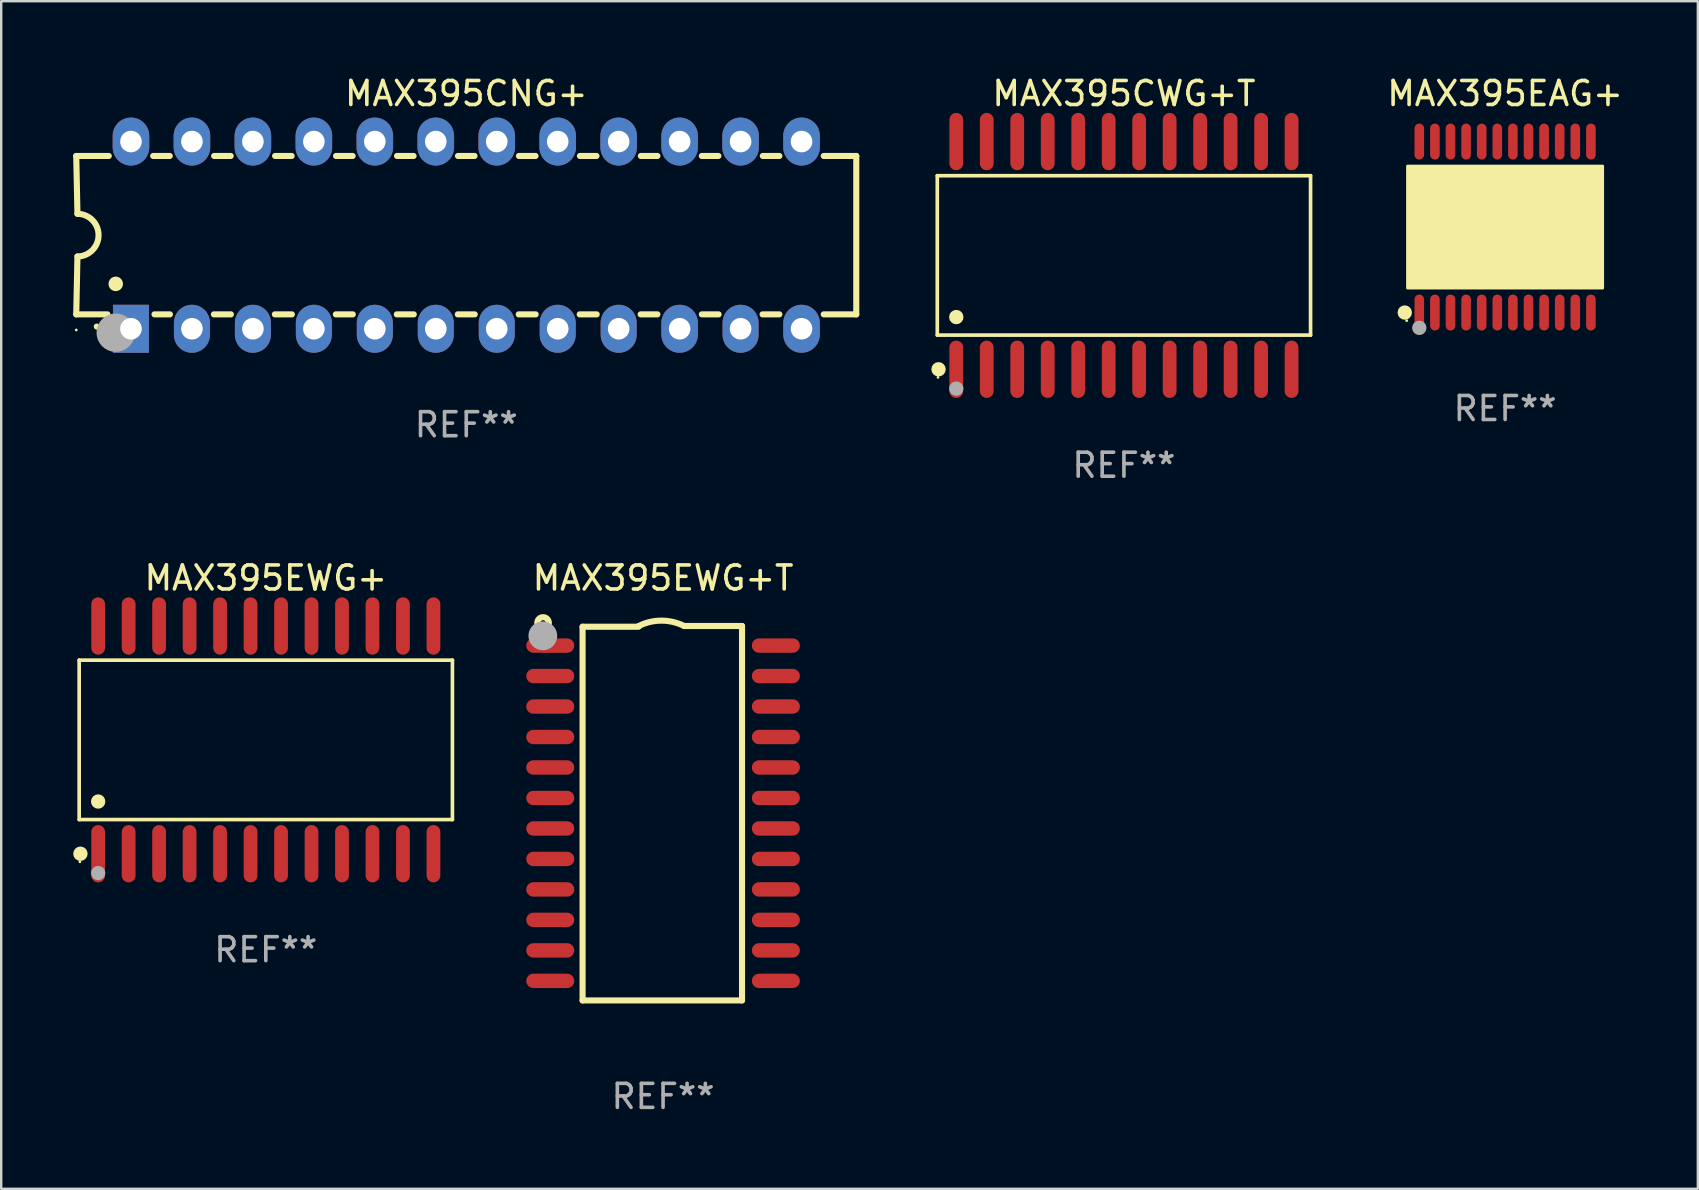
<source format=kicad_pcb>
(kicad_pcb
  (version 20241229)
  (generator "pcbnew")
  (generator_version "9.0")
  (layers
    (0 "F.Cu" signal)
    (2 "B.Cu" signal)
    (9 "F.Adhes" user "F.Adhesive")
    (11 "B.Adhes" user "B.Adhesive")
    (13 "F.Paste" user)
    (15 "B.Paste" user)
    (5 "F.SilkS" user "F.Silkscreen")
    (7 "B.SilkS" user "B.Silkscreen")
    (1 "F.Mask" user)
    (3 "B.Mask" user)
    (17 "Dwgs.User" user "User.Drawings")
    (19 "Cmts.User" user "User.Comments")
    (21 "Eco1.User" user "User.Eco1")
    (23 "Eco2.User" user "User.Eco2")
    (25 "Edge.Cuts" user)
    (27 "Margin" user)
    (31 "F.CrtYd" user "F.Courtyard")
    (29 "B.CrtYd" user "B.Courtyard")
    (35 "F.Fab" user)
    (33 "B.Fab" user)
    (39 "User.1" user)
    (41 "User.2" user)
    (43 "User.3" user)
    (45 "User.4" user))
  (footprint "MAX395EWG+T"
    (layer "F.Cu")
    (at 24.577 30.833)
    (property "Reference" "MAX395EWG+T" (at 0 -9.8 0) (layer "F.SilkS") (effects (font (size 1 1) (thickness 0.15))))
    (attr through_hole)
    (fp_line (start -3.353 -7.77) (end -1.016 -7.77) (stroke (width 0.254) (type solid)) (layer "F.SilkS"))
    (fp_line (start -3.353 7.8) (end -3.353 -7.77) (stroke (width 0.254) (type solid)) (layer "F.SilkS"))
    (fp_line (start 0.881 -7.8) (end 3.29 -7.8) (stroke (width 0.254) (type solid)) (layer "F.SilkS"))
    (fp_line (start 3.29 -7.8) (end 3.29 7.8) (stroke (width 0.254) (type solid)) (layer "F.SilkS"))
    (fp_line (start 3.29 7.8) (end -3.353 7.8) (stroke (width 0.254) (type solid)) (layer "F.SilkS"))
    (fp_arc (start -1.015951 -7.800025) (mid -0.067691 -8.023879) (end 0.880569 -7.800025) (stroke (width 0.254001) (type solid)) (layer "F.SilkS"))
    (fp_circle (center -5 -7.927) (end -4.886 -7.927) (stroke (width 0.254) (type solid)) (fill no) (layer "F.SilkS"))
    (fp_circle (center -5.01 -7.39) (end -4.71 -7.39) (stroke (width 0.6) (type solid)) (fill no) (layer "F.Fab"))
    (fp_text user "REF**" (at 0 11.8 0) (layer "F.Fab") (effects (font (size 1 1) (thickness 0.15))))
    (pad "1" smd oval (at -4.7 -6.985 270) (size 0.6 2) (layers "F.Cu" "F.Mask" "F.Paste"))
    (pad "2" smd oval (at -4.7 -5.715 270) (size 0.6 2) (layers "F.Cu" "F.Mask" "F.Paste"))
    (pad "3" smd oval (at -4.7 -4.445 270) (size 0.6 2) (layers "F.Cu" "F.Mask" "F.Paste"))
    (pad "4" smd oval (at -4.7 -3.175 270) (size 0.6 2) (layers "F.Cu" "F.Mask" "F.Paste"))
    (pad "5" smd oval (at -4.7 -1.905 270) (size 0.6 2) (layers "F.Cu" "F.Mask" "F.Paste"))
    (pad "6" smd oval (at -4.7 -0.635 270) (size 0.6 2) (layers "F.Cu" "F.Mask" "F.Paste"))
    (pad "7" smd oval (at -4.7 0.635 270) (size 0.6 2) (layers "F.Cu" "F.Mask" "F.Paste"))
    (pad "8" smd oval (at -4.7 1.905 270) (size 0.6 2) (layers "F.Cu" "F.Mask" "F.Paste"))
    (pad "9" smd oval (at -4.7 3.175 270) (size 0.6 2) (layers "F.Cu" "F.Mask" "F.Paste"))
    (pad "10" smd oval (at -4.7 4.445 270) (size 0.6 2) (layers "F.Cu" "F.Mask" "F.Paste"))
    (pad "11" smd oval (at -4.7 5.715 270) (size 0.6 2) (layers "F.Cu" "F.Mask" "F.Paste"))
    (pad "12" smd oval (at -4.7 6.985 270) (size 0.6 2) (layers "F.Cu" "F.Mask" "F.Paste"))
    (pad "13" smd oval (at 4.7 6.985 270) (size 0.6 2) (layers "F.Cu" "F.Mask" "F.Paste"))
    (pad "14" smd oval (at 4.7 5.715 270) (size 0.6 2) (layers "F.Cu" "F.Mask" "F.Paste"))
    (pad "15" smd oval (at 4.7 4.445 270) (size 0.6 2) (layers "F.Cu" "F.Mask" "F.Paste"))
    (pad "16" smd oval (at 4.7 3.175 270) (size 0.6 2) (layers "F.Cu" "F.Mask" "F.Paste"))
    (pad "17" smd oval (at 4.7 1.905 270) (size 0.6 2) (layers "F.Cu" "F.Mask" "F.Paste"))
    (pad "18" smd oval (at 4.7 0.635 270) (size 0.6 2) (layers "F.Cu" "F.Mask" "F.Paste"))
    (pad "19" smd oval (at 4.7 -0.635 270) (size 0.6 2) (layers "F.Cu" "F.Mask" "F.Paste"))
    (pad "20" smd oval (at 4.7 -1.905 270) (size 0.6 2) (layers "F.Cu" "F.Mask" "F.Paste"))
    (pad "21" smd oval (at 4.7 -3.175 270) (size 0.6 2) (layers "F.Cu" "F.Mask" "F.Paste"))
    (pad "22" smd oval (at 4.7 -4.445 270) (size 0.6 2) (layers "F.Cu" "F.Mask" "F.Paste"))
    (pad "23" smd oval (at 4.7 -5.715 270) (size 0.6 2) (layers "F.Cu" "F.Mask" "F.Paste"))
    (pad "24" smd oval (at 4.7 -6.985 270) (size 0.6 2) (layers "F.Cu" "F.Mask" "F.Paste")))
  (footprint "MAX395CWG+T"
    (layer "F.Cu")
    (at 43.779 7.592)
    (property "Reference" "MAX395CWG+T" (at 0 -6.744 0) (layer "F.SilkS") (effects (font (size 1 1) (thickness 0.15))))
    (attr through_hole)
    (fp_line (start -7.776 -3.321) (end 7.776 -3.321) (stroke (width 0.152) (type solid)) (layer "F.SilkS"))
    (fp_line (start -7.776 3.321) (end -7.776 -3.321) (stroke (width 0.152) (type solid)) (layer "F.SilkS"))
    (fp_line (start 7.776 -3.321) (end 7.776 3.321) (stroke (width 0.152) (type solid)) (layer "F.SilkS"))
    (fp_line (start 7.776 3.321) (end -7.776 3.321) (stroke (width 0.152) (type solid)) (layer "F.SilkS"))
    (fp_circle (center -7.747 5.08) (end -7.717 5.08) (stroke (width 0.06) (type solid)) (fill no) (layer "F.SilkS"))
    (fp_circle (center -7.724 4.744) (end -7.574 4.744) (stroke (width 0.3) (type solid)) (fill no) (layer "F.SilkS"))
    (fp_circle (center -6.985 2.569) (end -6.835 2.569) (stroke (width 0.3) (type solid)) (fill no) (layer "F.SilkS"))
    (fp_circle (center -6.985 5.55) (end -6.835 5.55) (stroke (width 0.3) (type solid)) (fill no) (layer "F.Fab"))
    (fp_text user "REF**" (at 0 8.744 0) (layer "F.Fab") (effects (font (size 1 1) (thickness 0.15))))
    (pad "1" smd oval (at -6.985 4.744) (size 0.574 2.388) (layers "F.Cu" "F.Mask" "F.Paste"))
    (pad "2" smd oval (at -5.715 4.744) (size 0.574 2.388) (layers "F.Cu" "F.Mask" "F.Paste"))
    (pad "3" smd oval (at -4.445 4.744) (size 0.574 2.388) (layers "F.Cu" "F.Mask" "F.Paste"))
    (pad "4" smd oval (at -3.175 4.744) (size 0.574 2.388) (layers "F.Cu" "F.Mask" "F.Paste"))
    (pad "5" smd oval (at -1.905 4.744) (size 0.574 2.388) (layers "F.Cu" "F.Mask" "F.Paste"))
    (pad "6" smd oval (at -0.635 4.744) (size 0.574 2.388) (layers "F.Cu" "F.Mask" "F.Paste"))
    (pad "7" smd oval (at 0.635 4.744) (size 0.574 2.388) (layers "F.Cu" "F.Mask" "F.Paste"))
    (pad "8" smd oval (at 1.905 4.744) (size 0.574 2.388) (layers "F.Cu" "F.Mask" "F.Paste"))
    (pad "9" smd oval (at 3.175 4.744) (size 0.574 2.388) (layers "F.Cu" "F.Mask" "F.Paste"))
    (pad "10" smd oval (at 4.445 4.744) (size 0.574 2.388) (layers "F.Cu" "F.Mask" "F.Paste"))
    (pad "11" smd oval (at 5.715 4.744) (size 0.574 2.388) (layers "F.Cu" "F.Mask" "F.Paste"))
    (pad "12" smd oval (at 6.985 4.744) (size 0.574 2.388) (layers "F.Cu" "F.Mask" "F.Paste"))
    (pad "13" smd oval (at 6.985 -4.744) (size 0.574 2.388) (layers "F.Cu" "F.Mask" "F.Paste"))
    (pad "14" smd oval (at 5.715 -4.744) (size 0.574 2.388) (layers "F.Cu" "F.Mask" "F.Paste"))
    (pad "15" smd oval (at 4.445 -4.744) (size 0.574 2.388) (layers "F.Cu" "F.Mask" "F.Paste"))
    (pad "16" smd oval (at 3.175 -4.744) (size 0.574 2.388) (layers "F.Cu" "F.Mask" "F.Paste"))
    (pad "17" smd oval (at 1.905 -4.744) (size 0.574 2.388) (layers "F.Cu" "F.Mask" "F.Paste"))
    (pad "18" smd oval (at 0.635 -4.744) (size 0.574 2.388) (layers "F.Cu" "F.Mask" "F.Paste"))
    (pad "19" smd oval (at -0.635 -4.744) (size 0.574 2.388) (layers "F.Cu" "F.Mask" "F.Paste"))
    (pad "20" smd oval (at -1.905 -4.744) (size 0.574 2.388) (layers "F.Cu" "F.Mask" "F.Paste"))
    (pad "21" smd oval (at -3.175 -4.744) (size 0.574 2.388) (layers "F.Cu" "F.Mask" "F.Paste"))
    (pad "22" smd oval (at -4.445 -4.744) (size 0.574 2.388) (layers "F.Cu" "F.Mask" "F.Paste"))
    (pad "23" smd oval (at -5.715 -4.744) (size 0.574 2.388) (layers "F.Cu" "F.Mask" "F.Paste"))
    (pad "24" smd oval (at -6.985 -4.744) (size 0.574 2.388) (layers "F.Cu" "F.Mask" "F.Paste")))
  (footprint "MAX395CNG+"
    (layer "F.Cu")
    (at 16.377 6.748)
    (property "Reference" "MAX395CNG+" (at 0 -5.9 0) (layer "F.SilkS") (effects (font (size 1 1) (thickness 0.15))))
    (attr through_hole)
    (fp_line (start -16.25 -3.3) (end -16.2 -0.889) (stroke (width 0.254) (type solid)) (layer "F.SilkS"))
    (fp_line (start -16.25 -3.3) (end -14.895 -3.3) (stroke (width 0.254) (type solid)) (layer "F.SilkS"))
    (fp_line (start -16.25 3.3) (end -16.2 0.889) (stroke (width 0.254) (type solid)) (layer "F.SilkS"))
    (fp_line (start -16.25 3.3) (end -14.951 3.3) (stroke (width 0.254) (type solid)) (layer "F.SilkS"))
    (fp_line (start -13.045 -3.3) (end -12.355 -3.3) (stroke (width 0.254) (type solid)) (layer "F.SilkS"))
    (fp_line (start -12.989 3.3) (end -12.347 3.3) (stroke (width 0.254) (type solid)) (layer "F.SilkS"))
    (fp_line (start -10.514 3.3) (end -9.807 3.3) (stroke (width 0.254) (type solid)) (layer "F.SilkS"))
    (fp_line (start -10.505 -3.3) (end -9.815 -3.3) (stroke (width 0.254) (type solid)) (layer "F.SilkS"))
    (fp_line (start -7.974 3.3) (end -7.267 3.3) (stroke (width 0.254) (type solid)) (layer "F.SilkS"))
    (fp_line (start -7.965 -3.3) (end -7.275 -3.3) (stroke (width 0.254) (type solid)) (layer "F.SilkS"))
    (fp_line (start -5.434 3.3) (end -4.727 3.3) (stroke (width 0.254) (type solid)) (layer "F.SilkS"))
    (fp_line (start -5.425 -3.3) (end -4.735 -3.3) (stroke (width 0.254) (type solid)) (layer "F.SilkS"))
    (fp_line (start -2.894 3.3) (end -2.187 3.3) (stroke (width 0.254) (type solid)) (layer "F.SilkS"))
    (fp_line (start -2.885 -3.3) (end -2.195 -3.3) (stroke (width 0.254) (type solid)) (layer "F.SilkS"))
    (fp_line (start -0.354 3.3) (end 0.353 3.3) (stroke (width 0.254) (type solid)) (layer "F.SilkS"))
    (fp_line (start -0.345 -3.3) (end 0.345 -3.3) (stroke (width 0.254) (type solid)) (layer "F.SilkS"))
    (fp_line (start 2.186 3.3) (end 2.893 3.3) (stroke (width 0.254) (type solid)) (layer "F.SilkS"))
    (fp_line (start 2.195 -3.3) (end 2.885 -3.3) (stroke (width 0.254) (type solid)) (layer "F.SilkS"))
    (fp_line (start 4.726 3.3) (end 5.434 3.3) (stroke (width 0.254) (type solid)) (layer "F.SilkS"))
    (fp_line (start 4.735 -3.3) (end 5.425 -3.3) (stroke (width 0.254) (type solid)) (layer "F.SilkS"))
    (fp_line (start 7.266 3.3) (end 7.965 3.3) (stroke (width 0.254) (type solid)) (layer "F.SilkS"))
    (fp_line (start 7.275 -3.3) (end 7.965 -3.3) (stroke (width 0.254) (type solid)) (layer "F.SilkS"))
    (fp_line (start 9.815 -3.3) (end 10.505 -3.3) (stroke (width 0.254) (type solid)) (layer "F.SilkS"))
    (fp_line (start 9.815 3.3) (end 10.514 3.3) (stroke (width 0.254) (type solid)) (layer "F.SilkS"))
    (fp_line (start 12.346 3.3) (end 13.045 3.3) (stroke (width 0.254) (type solid)) (layer "F.SilkS"))
    (fp_line (start 12.355 -3.3) (end 13.045 -3.3) (stroke (width 0.254) (type solid)) (layer "F.SilkS"))
    (fp_line (start 16.25 -3.3) (end 14.895 -3.3) (stroke (width 0.254) (type solid)) (layer "F.SilkS"))
    (fp_line (start 16.25 -3.3) (end 16.25 3.3) (stroke (width 0.254) (type solid)) (layer "F.SilkS"))
    (fp_line (start 16.25 3.3) (end 14.895 3.3) (stroke (width 0.254) (type solid)) (layer "F.SilkS"))
    (fp_arc (start -16.201016 -0.890146) (mid -15.311429 -0.001055) (end -16.200025 0.889027) (stroke (width 0.254001) (type solid)) (layer "F.SilkS"))
    (fp_arc (start -15.394971 3.810033) (mid -15.394978 3.808763) (end -15.394971 3.807493) (stroke (width 0.25) (type solid)) (layer "F.SilkS"))
    (fp_arc (start -14.605029 2.032029) (mid -14.60504 2.029489) (end -14.605029 2.026949) (stroke (width 0.6) (type solid)) (layer "F.SilkS"))
    (fp_circle (center -16.25 3.95) (end -16.22 3.95) (stroke (width 0.06) (type solid)) (fill no) (layer "F.SilkS"))
    (fp_circle (center -14.605 4.064) (end -14.205 4.064) (stroke (width 0.8) (type solid)) (fill no) (layer "F.Fab"))
    (fp_text user "REF**" (at 0 7.9 0) (layer "F.Fab") (effects (font (size 1 1) (thickness 0.15))))
    (pad "1" thru_hole rect (at -13.97 3.9 90) (size 2 1.5) (drill 0.9) (layers "*.Cu" "*.Mask"))
    (pad "2" thru_hole oval (at -11.43 3.9 90) (size 2 1.5) (drill 0.9) (layers "*.Cu" "*.Mask"))
    (pad "3" thru_hole oval (at -8.89 3.9 90) (size 2 1.5) (drill 0.9) (layers "*.Cu" "*.Mask"))
    (pad "4" thru_hole oval (at -6.35 3.9 90) (size 2 1.5) (drill 0.9) (layers "*.Cu" "*.Mask"))
    (pad "5" thru_hole oval (at -3.81 3.9 90) (size 2 1.5) (drill 0.9) (layers "*.Cu" "*.Mask"))
    (pad "6" thru_hole oval (at -1.27 3.9 90) (size 2 1.5) (drill 0.9) (layers "*.Cu" "*.Mask"))
    (pad "7" thru_hole oval (at 1.27 3.9 90) (size 2 1.5) (drill 0.9) (layers "*.Cu" "*.Mask"))
    (pad "8" thru_hole oval (at 3.81 3.9 90) (size 2 1.5) (drill 0.9) (layers "*.Cu" "*.Mask"))
    (pad "9" thru_hole oval (at 6.35 3.9 90) (size 2 1.5) (drill 0.9) (layers "*.Cu" "*.Mask"))
    (pad "10" thru_hole oval (at 8.89 3.9 90) (size 2 1.524) (drill 0.9) (layers "*.Cu" "*.Mask"))
    (pad "11" thru_hole oval (at 11.43 3.9 90) (size 2 1.5) (drill 0.9) (layers "*.Cu" "*.Mask"))
    (pad "12" thru_hole oval (at 13.97 3.9 90) (size 2 1.524) (drill 0.9) (layers "*.Cu" "*.Mask"))
    (pad "13" thru_hole oval (at 13.97 -3.9 90) (size 2 1.524) (drill 0.9) (layers "*.Cu" "*.Mask"))
    (pad "14" thru_hole oval (at 11.43 -3.9 90) (size 2 1.524) (drill 0.9) (layers "*.Cu" "*.Mask"))
    (pad "15" thru_hole oval (at 8.89 -3.9 90) (size 2 1.524) (drill 0.9) (layers "*.Cu" "*.Mask"))
    (pad "16" thru_hole oval (at 6.35 -3.9 90) (size 2 1.524) (drill 0.9) (layers "*.Cu" "*.Mask"))
    (pad "17" thru_hole oval (at 3.81 -3.9 90) (size 2 1.524) (drill 0.9) (layers "*.Cu" "*.Mask"))
    (pad "18" thru_hole oval (at 1.27 -3.9 90) (size 2 1.524) (drill 0.9) (layers "*.Cu" "*.Mask"))
    (pad "19" thru_hole oval (at -1.27 -3.9 90) (size 2 1.524) (drill 0.9) (layers "*.Cu" "*.Mask"))
    (pad "20" thru_hole oval (at -3.81 -3.9 90) (size 2 1.524) (drill 0.9) (layers "*.Cu" "*.Mask"))
    (pad "21" thru_hole oval (at -6.35 -3.9 90) (size 2 1.524) (drill 0.9) (layers "*.Cu" "*.Mask"))
    (pad "22" thru_hole oval (at -8.89 -3.9 90) (size 2 1.524) (drill 0.9) (layers "*.Cu" "*.Mask"))
    (pad "23" thru_hole oval (at -11.43 -3.9 90) (size 2 1.524) (drill 0.9) (layers "*.Cu" "*.Mask"))
    (pad "24" thru_hole oval (at -13.97 -3.9 90) (size 2 1.524) (drill 0.9) (layers "*.Cu" "*.Mask")))
  (footprint "MAX395EWG+"
    (layer "F.Cu")
    (at 8.025 27.777)
    (property "Reference" "MAX395EWG+" (at 0 -6.744 0) (layer "F.SilkS") (effects (font (size 1 1) (thickness 0.15))))
    (attr through_hole)
    (fp_line (start -7.776 -3.321) (end 7.776 -3.321) (stroke (width 0.152) (type solid)) (layer "F.SilkS"))
    (fp_line (start -7.776 3.321) (end -7.776 -3.321) (stroke (width 0.152) (type solid)) (layer "F.SilkS"))
    (fp_line (start 7.776 -3.321) (end 7.776 3.321) (stroke (width 0.152) (type solid)) (layer "F.SilkS"))
    (fp_line (start 7.776 3.321) (end -7.776 3.321) (stroke (width 0.152) (type solid)) (layer "F.SilkS"))
    (fp_circle (center -7.747 5.08) (end -7.717 5.08) (stroke (width 0.06) (type solid)) (fill no) (layer "F.SilkS"))
    (fp_circle (center -7.724 4.744) (end -7.574 4.744) (stroke (width 0.3) (type solid)) (fill no) (layer "F.SilkS"))
    (fp_circle (center -6.985 2.569) (end -6.835 2.569) (stroke (width 0.3) (type solid)) (fill no) (layer "F.SilkS"))
    (fp_circle (center -6.985 5.55) (end -6.835 5.55) (stroke (width 0.3) (type solid)) (fill no) (layer "F.Fab"))
    (fp_text user "REF**" (at 0 8.744 0) (layer "F.Fab") (effects (font (size 1 1) (thickness 0.15))))
    (pad "1" smd oval (at -6.985 4.744) (size 0.574 2.388) (layers "F.Cu" "F.Mask" "F.Paste"))
    (pad "2" smd oval (at -5.715 4.744) (size 0.574 2.388) (layers "F.Cu" "F.Mask" "F.Paste"))
    (pad "3" smd oval (at -4.445 4.744) (size 0.574 2.388) (layers "F.Cu" "F.Mask" "F.Paste"))
    (pad "4" smd oval (at -3.175 4.744) (size 0.574 2.388) (layers "F.Cu" "F.Mask" "F.Paste"))
    (pad "5" smd oval (at -1.905 4.744) (size 0.574 2.388) (layers "F.Cu" "F.Mask" "F.Paste"))
    (pad "6" smd oval (at -0.635 4.744) (size 0.574 2.388) (layers "F.Cu" "F.Mask" "F.Paste"))
    (pad "7" smd oval (at 0.635 4.744) (size 0.574 2.388) (layers "F.Cu" "F.Mask" "F.Paste"))
    (pad "8" smd oval (at 1.905 4.744) (size 0.574 2.388) (layers "F.Cu" "F.Mask" "F.Paste"))
    (pad "9" smd oval (at 3.175 4.744) (size 0.574 2.388) (layers "F.Cu" "F.Mask" "F.Paste"))
    (pad "10" smd oval (at 4.445 4.744) (size 0.574 2.388) (layers "F.Cu" "F.Mask" "F.Paste"))
    (pad "11" smd oval (at 5.715 4.744) (size 0.574 2.388) (layers "F.Cu" "F.Mask" "F.Paste"))
    (pad "12" smd oval (at 6.985 4.744) (size 0.574 2.388) (layers "F.Cu" "F.Mask" "F.Paste"))
    (pad "13" smd oval (at 6.985 -4.744) (size 0.574 2.388) (layers "F.Cu" "F.Mask" "F.Paste"))
    (pad "14" smd oval (at 5.715 -4.744) (size 0.574 2.388) (layers "F.Cu" "F.Mask" "F.Paste"))
    (pad "15" smd oval (at 4.445 -4.744) (size 0.574 2.388) (layers "F.Cu" "F.Mask" "F.Paste"))
    (pad "16" smd oval (at 3.175 -4.744) (size 0.574 2.388) (layers "F.Cu" "F.Mask" "F.Paste"))
    (pad "17" smd oval (at 1.905 -4.744) (size 0.574 2.388) (layers "F.Cu" "F.Mask" "F.Paste"))
    (pad "18" smd oval (at 0.635 -4.744) (size 0.574 2.388) (layers "F.Cu" "F.Mask" "F.Paste"))
    (pad "19" smd oval (at -0.635 -4.744) (size 0.574 2.388) (layers "F.Cu" "F.Mask" "F.Paste"))
    (pad "20" smd oval (at -1.905 -4.744) (size 0.574 2.388) (layers "F.Cu" "F.Mask" "F.Paste"))
    (pad "21" smd oval (at -3.175 -4.744) (size 0.574 2.388) (layers "F.Cu" "F.Mask" "F.Paste"))
    (pad "22" smd oval (at -4.445 -4.744) (size 0.574 2.388) (layers "F.Cu" "F.Mask" "F.Paste"))
    (pad "23" smd oval (at -5.715 -4.744) (size 0.574 2.388) (layers "F.Cu" "F.Mask" "F.Paste"))
    (pad "24" smd oval (at -6.985 -4.744) (size 0.574 2.388) (layers "F.Cu" "F.Mask" "F.Paste")))
  (footprint "MAX395EAG+"
    (layer "F.Cu")
    (at 59.661 6.41)
    (property "Reference" "MAX395EAG+" (at 0 -5.562 0) (layer "F.SilkS") (effects (font (size 1 1) (thickness 0.15))))
    (attr through_hole)
    (fp_circle (center -4.181 3.562) (end -4.031 3.562) (stroke (width 0.3) (type solid)) (fill no) (layer "F.SilkS"))
    (fp_circle (center -4.1 3.9) (end -4.07 3.9) (stroke (width 0.06) (type solid)) (fill no) (layer "F.SilkS"))
    (fp_circle (center -3.575 1.819) (end -3.425 1.819) (stroke (width 0.3) (type solid)) (fill no) (layer "F.SilkS"))
    (fp_poly (pts (xy -4.064 -2.54) (xy 4.064 -2.54) (xy 4.064 2.54) (xy -4.064 2.54)) (stroke (width 0.12) (type solid)) (fill yes) (layer "F.SilkS"))
    (fp_circle (center -3.575 4.2) (end -3.425 4.2) (stroke (width 0.3) (type solid)) (fill no) (layer "F.Fab"))
    (fp_text user "REF**" (at 0 7.562 0) (layer "F.Fab") (effects (font (size 1 1) (thickness 0.15))))
    (pad "1" smd oval (at -3.575 3.562) (size 0.4 1.5) (layers "F.Cu" "F.Mask" "F.Paste"))
    (pad "2" smd oval (at -2.925 3.562) (size 0.4 1.5) (layers "F.Cu" "F.Mask" "F.Paste"))
    (pad "3" smd oval (at -2.275 3.562) (size 0.4 1.5) (layers "F.Cu" "F.Mask" "F.Paste"))
    (pad "4" smd oval (at -1.625 3.562) (size 0.4 1.5) (layers "F.Cu" "F.Mask" "F.Paste"))
    (pad "5" smd oval (at -0.975 3.562) (size 0.4 1.5) (layers "F.Cu" "F.Mask" "F.Paste"))
    (pad "6" smd oval (at -0.325 3.562) (size 0.4 1.5) (layers "F.Cu" "F.Mask" "F.Paste"))
    (pad "7" smd oval (at 0.325 3.562) (size 0.4 1.5) (layers "F.Cu" "F.Mask" "F.Paste"))
    (pad "8" smd oval (at 0.975 3.562) (size 0.4 1.5) (layers "F.Cu" "F.Mask" "F.Paste"))
    (pad "9" smd oval (at 1.625 3.562) (size 0.4 1.5) (layers "F.Cu" "F.Mask" "F.Paste"))
    (pad "10" smd oval (at 2.275 3.562) (size 0.4 1.5) (layers "F.Cu" "F.Mask" "F.Paste"))
    (pad "11" smd oval (at 2.925 3.562) (size 0.4 1.5) (layers "F.Cu" "F.Mask" "F.Paste"))
    (pad "12" smd oval (at 3.575 3.562) (size 0.4 1.5) (layers "F.Cu" "F.Mask" "F.Paste"))
    (pad "13" smd oval (at 3.575 -3.562) (size 0.4 1.5) (layers "F.Cu" "F.Mask" "F.Paste"))
    (pad "14" smd oval (at 2.925 -3.562) (size 0.4 1.5) (layers "F.Cu" "F.Mask" "F.Paste"))
    (pad "15" smd oval (at 2.275 -3.562) (size 0.4 1.5) (layers "F.Cu" "F.Mask" "F.Paste"))
    (pad "16" smd oval (at 1.625 -3.562) (size 0.4 1.5) (layers "F.Cu" "F.Mask" "F.Paste"))
    (pad "17" smd oval (at 0.975 -3.562) (size 0.4 1.5) (layers "F.Cu" "F.Mask" "F.Paste"))
    (pad "18" smd oval (at 0.325 -3.562) (size 0.4 1.5) (layers "F.Cu" "F.Mask" "F.Paste"))
    (pad "19" smd oval (at -0.325 -3.562) (size 0.4 1.5) (layers "F.Cu" "F.Mask" "F.Paste"))
    (pad "20" smd oval (at -0.975 -3.562) (size 0.4 1.5) (layers "F.Cu" "F.Mask" "F.Paste"))
    (pad "21" smd oval (at -1.625 -3.562) (size 0.4 1.5) (layers "F.Cu" "F.Mask" "F.Paste"))
    (pad "22" smd oval (at -2.275 -3.562) (size 0.4 1.5) (layers "F.Cu" "F.Mask" "F.Paste"))
    (pad "23" smd oval (at -2.925 -3.562) (size 0.4 1.5) (layers "F.Cu" "F.Mask" "F.Paste"))
    (pad "24" smd oval (at -3.575 -3.562) (size 0.4 1.5) (layers "F.Cu" "F.Mask" "F.Paste")))
  (gr_rect
    (start -3 -3)
    (end 67.691 46.481)
    (stroke (width 0.1) (type default))
    (fill no)
    (layer "Edge.Cuts")))
</source>
